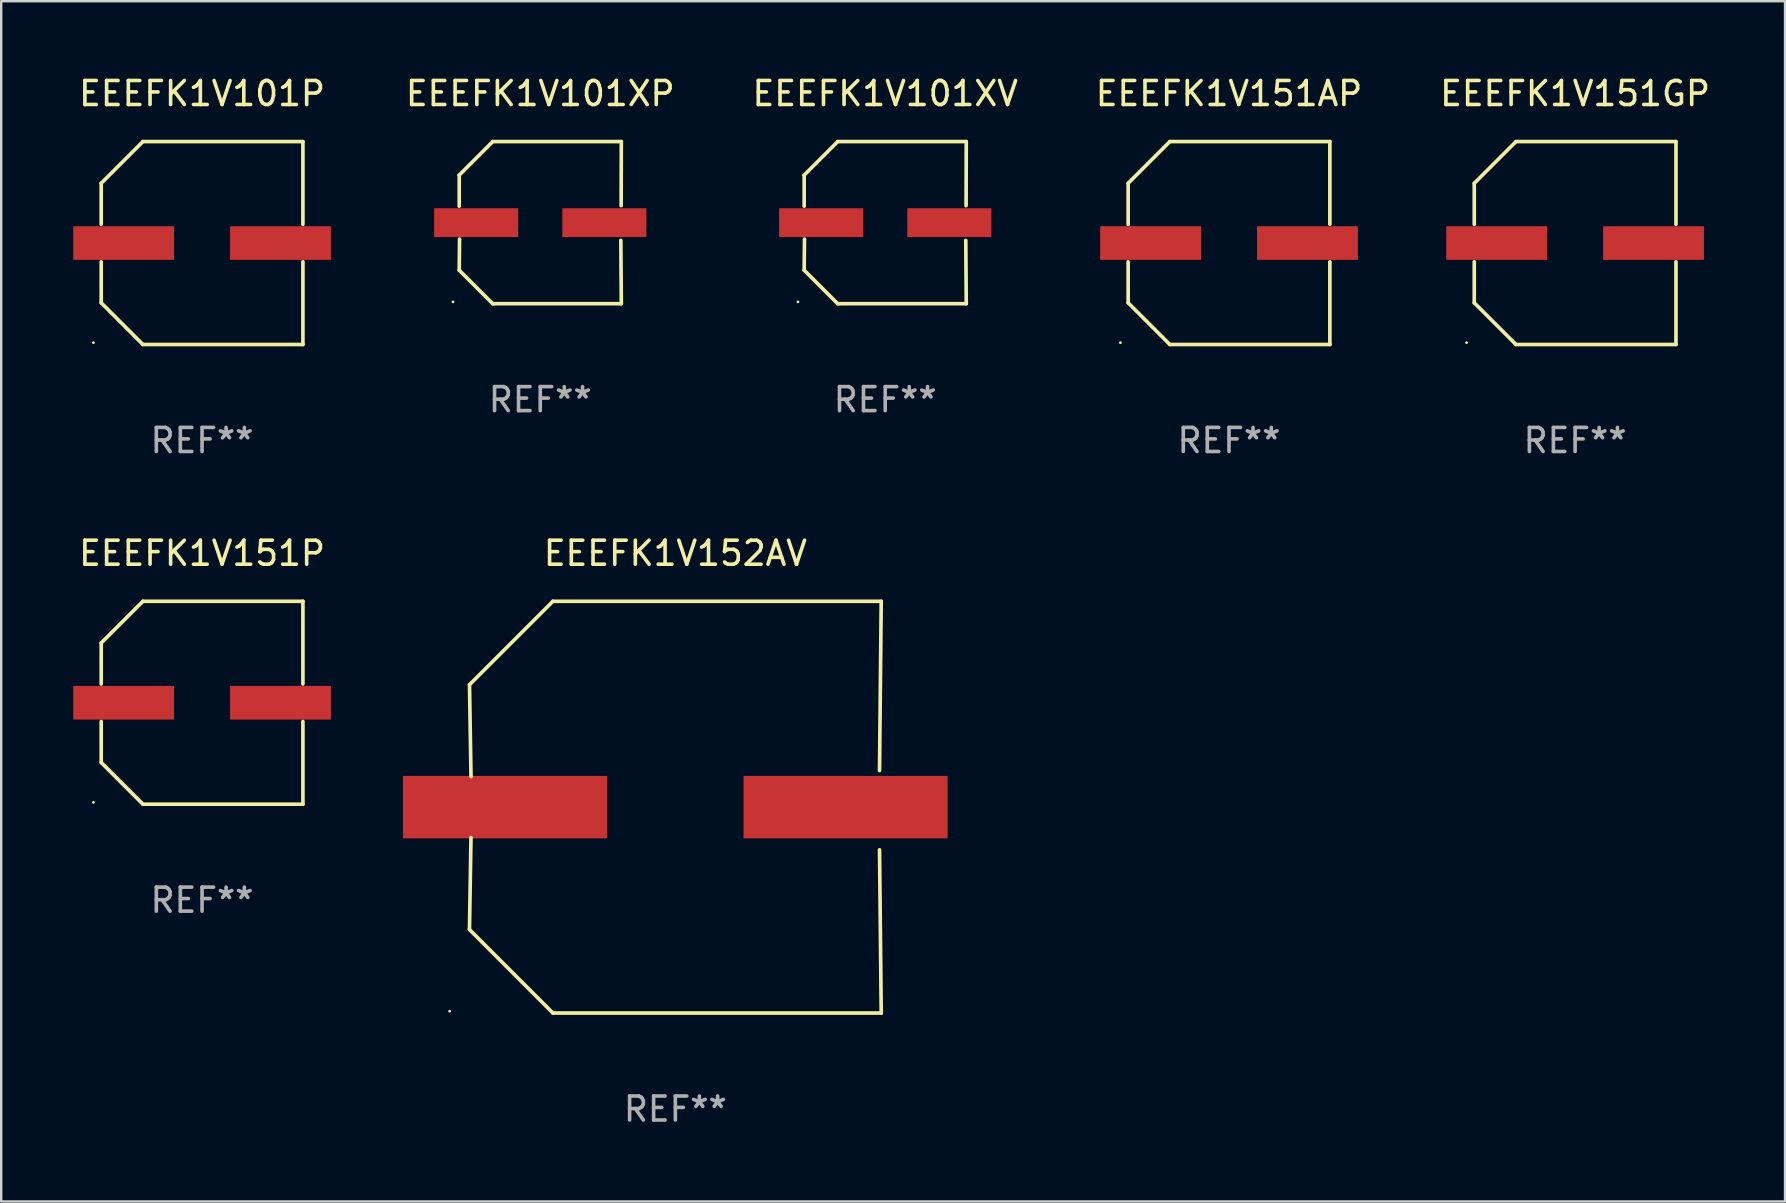
<source format=kicad_pcb>
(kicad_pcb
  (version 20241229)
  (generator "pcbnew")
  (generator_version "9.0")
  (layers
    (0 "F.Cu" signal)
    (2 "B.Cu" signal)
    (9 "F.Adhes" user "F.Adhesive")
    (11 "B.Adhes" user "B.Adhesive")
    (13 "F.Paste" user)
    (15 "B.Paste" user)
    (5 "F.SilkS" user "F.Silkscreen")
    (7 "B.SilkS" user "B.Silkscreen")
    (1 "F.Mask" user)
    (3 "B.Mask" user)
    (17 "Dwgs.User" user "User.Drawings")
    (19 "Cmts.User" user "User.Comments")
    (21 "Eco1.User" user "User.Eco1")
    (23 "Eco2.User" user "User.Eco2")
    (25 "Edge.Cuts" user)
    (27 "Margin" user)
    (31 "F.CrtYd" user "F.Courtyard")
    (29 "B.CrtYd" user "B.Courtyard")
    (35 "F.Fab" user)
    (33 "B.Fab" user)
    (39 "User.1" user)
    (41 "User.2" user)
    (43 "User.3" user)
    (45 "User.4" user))
  (footprint "EEEFK1V101P"
    (layer "F.Cu")
    (at 5.367 7.074)
    (property "Reference" "EEEFK1V101P" (at 0 -6.226 0) (layer "F.SilkS") (effects (font (size 1 1) (thickness 0.15))))
    (attr through_hole)
    (fp_line (start -4.201 -2.49) (end -4.201 -0.782) (stroke (width 0.152) (type solid)) (layer "F.SilkS"))
    (fp_line (start -4.201 2.49) (end -4.201 0.782) (stroke (width 0.152) (type solid)) (layer "F.SilkS"))
    (fp_line (start -2.465 -4.226) (end -4.201 -2.49) (stroke (width 0.152) (type solid)) (layer "F.SilkS"))
    (fp_line (start -2.465 4.226) (end -4.201 2.49) (stroke (width 0.152) (type solid)) (layer "F.SilkS"))
    (fp_line (start 4.201 -4.226) (end -2.465 -4.226) (stroke (width 0.152) (type solid)) (layer "F.SilkS"))
    (fp_line (start 4.201 -0.782) (end 4.201 -4.226) (stroke (width 0.152) (type solid)) (layer "F.SilkS"))
    (fp_line (start 4.201 0.782) (end 4.201 4.226) (stroke (width 0.152) (type solid)) (layer "F.SilkS"))
    (fp_line (start 4.201 4.226) (end -2.465 4.226) (stroke (width 0.152) (type solid)) (layer "F.SilkS"))
    (fp_circle (center -4.524 4.15) (end -4.494 4.15) (stroke (width 0.06) (type solid)) (fill no) (layer "F.SilkS"))
    (fp_text user "REF**" (at 0 8.226 0) (layer "F.Fab") (effects (font (size 1 1) (thickness 0.15))))
    (pad "1" smd rect (at -3.267 0) (size 4.2 1.4) (layers "F.Cu" "F.Mask" "F.Paste"))
    (pad "2" smd rect (at 3.267 0) (size 4.2 1.4) (layers "F.Cu" "F.Mask" "F.Paste")))
  (footprint "EEEFK1V151P"
    (layer "F.Cu")
    (at 5.367 26.223)
    (property "Reference" "EEEFK1V151P" (at 0 -6.226 0) (layer "F.SilkS") (effects (font (size 1 1) (thickness 0.15))))
    (attr through_hole)
    (fp_line (start -4.201 -2.49) (end -4.201 -0.782) (stroke (width 0.152) (type solid)) (layer "F.SilkS"))
    (fp_line (start -4.201 2.49) (end -4.201 0.782) (stroke (width 0.152) (type solid)) (layer "F.SilkS"))
    (fp_line (start -2.465 -4.226) (end -4.201 -2.49) (stroke (width 0.152) (type solid)) (layer "F.SilkS"))
    (fp_line (start -2.465 4.226) (end -4.201 2.49) (stroke (width 0.152) (type solid)) (layer "F.SilkS"))
    (fp_line (start 4.201 -4.226) (end -2.465 -4.226) (stroke (width 0.152) (type solid)) (layer "F.SilkS"))
    (fp_line (start 4.201 -0.782) (end 4.201 -4.226) (stroke (width 0.152) (type solid)) (layer "F.SilkS"))
    (fp_line (start 4.201 0.782) (end 4.201 4.226) (stroke (width 0.152) (type solid)) (layer "F.SilkS"))
    (fp_line (start 4.201 4.226) (end -2.465 4.226) (stroke (width 0.152) (type solid)) (layer "F.SilkS"))
    (fp_circle (center -4.524 4.15) (end -4.494 4.15) (stroke (width 0.06) (type solid)) (fill no) (layer "F.SilkS"))
    (fp_text user "REF**" (at 0 8.226 0) (layer "F.Fab") (effects (font (size 1 1) (thickness 0.15))))
    (pad "1" smd rect (at -3.267 0) (size 4.2 1.4) (layers "F.Cu" "F.Mask" "F.Paste"))
    (pad "2" smd rect (at 3.267 0) (size 4.2 1.4) (layers "F.Cu" "F.Mask" "F.Paste")))
  (footprint "EEEFK1V101XV"
    (layer "F.Cu")
    (at 33.824 6.224)
    (property "Reference" "EEEFK1V101XV" (at 0 -5.376 0) (layer "F.SilkS") (effects (font (size 1 1) (thickness 0.15))))
    (attr through_hole)
    (fp_line (start -3.376 -1.98) (end -3.376 -0.686) (stroke (width 0.152) (type solid)) (layer "F.SilkS"))
    (fp_line (start -3.376 1.981) (end -3.362 0.686) (stroke (width 0.152) (type solid)) (layer "F.SilkS"))
    (fp_line (start -1.981 3.376) (end -3.376 1.981) (stroke (width 0.152) (type solid)) (layer "F.SilkS"))
    (fp_line (start -1.98 -3.376) (end -3.376 -1.98) (stroke (width 0.152) (type solid)) (layer "F.SilkS"))
    (fp_line (start 3.356 0.74) (end 3.376 3.376) (stroke (width 0.152) (type solid)) (layer "F.SilkS"))
    (fp_line (start 3.369 -0.707) (end 3.376 -3.376) (stroke (width 0.152) (type solid)) (layer "F.SilkS"))
    (fp_line (start 3.376 3.376) (end -1.981 3.376) (stroke (width 0.152) (type solid)) (layer "F.SilkS"))
    (fp_line (start 3.376 -3.376) (end -1.98 -3.376) (stroke (width 0.152) (type solid)) (layer "F.SilkS"))
    (fp_circle (center -3.634 3.3) (end -3.604 3.3) (stroke (width 0.06) (type solid)) (fill no) (layer "F.SilkS"))
    (fp_text user "REF**" (at 0 7.376 0) (layer "F.Fab") (effects (font (size 1 1) (thickness 0.15))))
    (pad "1" smd rect (at -2.67 0.000254) (size 3.5 1.2) (layers "F.Cu" "F.Mask" "F.Paste"))
    (pad "2" smd rect (at 2.67 0.000254) (size 3.5 1.2) (layers "F.Cu" "F.Mask" "F.Paste")))
  (footprint "EEEFK1V151GP"
    (layer "F.Cu")
    (at 62.562 7.074)
    (property "Reference" "EEEFK1V151GP" (at 0 -6.226 0) (layer "F.SilkS") (effects (font (size 1 1) (thickness 0.15))))
    (attr through_hole)
    (fp_line (start -4.201 -2.49) (end -4.201 -0.782) (stroke (width 0.152) (type solid)) (layer "F.SilkS"))
    (fp_line (start -4.201 2.49) (end -4.201 0.782) (stroke (width 0.152) (type solid)) (layer "F.SilkS"))
    (fp_line (start -2.465 -4.226) (end -4.201 -2.49) (stroke (width 0.152) (type solid)) (layer "F.SilkS"))
    (fp_line (start -2.465 4.226) (end -4.201 2.49) (stroke (width 0.152) (type solid)) (layer "F.SilkS"))
    (fp_line (start 4.201 -4.226) (end -2.465 -4.226) (stroke (width 0.152) (type solid)) (layer "F.SilkS"))
    (fp_line (start 4.201 -0.782) (end 4.201 -4.226) (stroke (width 0.152) (type solid)) (layer "F.SilkS"))
    (fp_line (start 4.201 0.782) (end 4.201 4.226) (stroke (width 0.152) (type solid)) (layer "F.SilkS"))
    (fp_line (start 4.201 4.226) (end -2.465 4.226) (stroke (width 0.152) (type solid)) (layer "F.SilkS"))
    (fp_circle (center -4.524 4.15) (end -4.494 4.15) (stroke (width 0.06) (type solid)) (fill no) (layer "F.SilkS"))
    (fp_text user "REF**" (at 0 8.226 0) (layer "F.Fab") (effects (font (size 1 1) (thickness 0.15))))
    (pad "1" smd rect (at -3.267 0) (size 4.2 1.4) (layers "F.Cu" "F.Mask" "F.Paste"))
    (pad "2" smd rect (at 3.267 0) (size 4.2 1.4) (layers "F.Cu" "F.Mask" "F.Paste")))
  (footprint "EEEFK1V152AV"
    (layer "F.Cu")
    (at 25.082 30.573)
    (property "Reference" "EEEFK1V152AV" (at 0 -10.576 0) (layer "F.SilkS") (effects (font (size 1 1) (thickness 0.15))))
    (attr through_hole)
    (fp_line (start -8.576 5.099) (end -8.513 1.269) (stroke (width 0.152) (type solid)) (layer "F.SilkS"))
    (fp_line (start -8.575 -5.101) (end -8.512 -1.271) (stroke (width 0.152) (type solid)) (layer "F.SilkS"))
    (fp_line (start -5.1 -8.576) (end -8.575 -5.101) (stroke (width 0.152) (type solid)) (layer "F.SilkS"))
    (fp_line (start -5.1 8.576) (end -8.576 5.099) (stroke (width 0.152) (type solid)) (layer "F.SilkS"))
    (fp_line (start 8.505 -1.525) (end 8.575 -8.576) (stroke (width 0.152) (type solid)) (layer "F.SilkS"))
    (fp_line (start 8.505 1.777) (end 8.576 8.576) (stroke (width 0.152) (type solid)) (layer "F.SilkS"))
    (fp_line (start 8.575 -8.576) (end -5.1 -8.576) (stroke (width 0.152) (type solid)) (layer "F.SilkS"))
    (fp_line (start 8.576 8.576) (end -5.1 8.576) (stroke (width 0.152) (type solid)) (layer "F.SilkS"))
    (fp_circle (center -9.402 8.499) (end -9.372 8.499) (stroke (width 0.06) (type solid)) (fill no) (layer "F.SilkS"))
    (fp_text user "REF**" (at 0 12.576 0) (layer "F.Fab") (effects (font (size 1 1) (thickness 0.15))))
    (pad "1" smd rect (at -7.097 -0.001) (size 8.5 2.6) (layers "F.Cu" "F.Mask" "F.Paste"))
    (pad "2" smd rect (at 7.09 -0.001) (size 8.5 2.6) (layers "F.Cu" "F.Mask" "F.Paste")))
  (footprint "EEEFK1V101XP"
    (layer "F.Cu")
    (at 19.455 6.224)
    (property "Reference" "EEEFK1V101XP" (at 0 -5.376 0) (layer "F.SilkS") (effects (font (size 1 1) (thickness 0.15))))
    (attr through_hole)
    (fp_line (start -3.376 -1.98) (end -3.376 -0.686) (stroke (width 0.152) (type solid)) (layer "F.SilkS"))
    (fp_line (start -3.376 1.981) (end -3.362 0.686) (stroke (width 0.152) (type solid)) (layer "F.SilkS"))
    (fp_line (start -1.981 3.376) (end -3.376 1.981) (stroke (width 0.152) (type solid)) (layer "F.SilkS"))
    (fp_line (start -1.98 -3.376) (end -3.376 -1.98) (stroke (width 0.152) (type solid)) (layer "F.SilkS"))
    (fp_line (start 3.356 0.74) (end 3.376 3.376) (stroke (width 0.152) (type solid)) (layer "F.SilkS"))
    (fp_line (start 3.369 -0.707) (end 3.376 -3.376) (stroke (width 0.152) (type solid)) (layer "F.SilkS"))
    (fp_line (start 3.376 3.376) (end -1.981 3.376) (stroke (width 0.152) (type solid)) (layer "F.SilkS"))
    (fp_line (start 3.376 -3.376) (end -1.98 -3.376) (stroke (width 0.152) (type solid)) (layer "F.SilkS"))
    (fp_circle (center -3.634 3.3) (end -3.604 3.3) (stroke (width 0.06) (type solid)) (fill no) (layer "F.SilkS"))
    (fp_text user "REF**" (at 0 7.376 0) (layer "F.Fab") (effects (font (size 1 1) (thickness 0.15))))
    (pad "1" smd rect (at -2.67 0.000254) (size 3.5 1.2) (layers "F.Cu" "F.Mask" "F.Paste"))
    (pad "2" smd rect (at 2.67 0.000254) (size 3.5 1.2) (layers "F.Cu" "F.Mask" "F.Paste")))
  (footprint "EEEFK1V151AP"
    (layer "F.Cu")
    (at 48.145 7.074)
    (property "Reference" "EEEFK1V151AP" (at 0 -6.226 0) (layer "F.SilkS") (effects (font (size 1 1) (thickness 0.15))))
    (attr through_hole)
    (fp_line (start -4.201 -2.49) (end -4.201 -0.782) (stroke (width 0.152) (type solid)) (layer "F.SilkS"))
    (fp_line (start -4.201 2.49) (end -4.201 0.782) (stroke (width 0.152) (type solid)) (layer "F.SilkS"))
    (fp_line (start -2.465 -4.226) (end -4.201 -2.49) (stroke (width 0.152) (type solid)) (layer "F.SilkS"))
    (fp_line (start -2.465 4.226) (end -4.201 2.49) (stroke (width 0.152) (type solid)) (layer "F.SilkS"))
    (fp_line (start 4.201 -4.226) (end -2.465 -4.226) (stroke (width 0.152) (type solid)) (layer "F.SilkS"))
    (fp_line (start 4.201 -0.782) (end 4.201 -4.226) (stroke (width 0.152) (type solid)) (layer "F.SilkS"))
    (fp_line (start 4.201 0.782) (end 4.201 4.226) (stroke (width 0.152) (type solid)) (layer "F.SilkS"))
    (fp_line (start 4.201 4.226) (end -2.465 4.226) (stroke (width 0.152) (type solid)) (layer "F.SilkS"))
    (fp_circle (center -4.524 4.15) (end -4.494 4.15) (stroke (width 0.06) (type solid)) (fill no) (layer "F.SilkS"))
    (fp_text user "REF**" (at 0 8.226 0) (layer "F.Fab") (effects (font (size 1 1) (thickness 0.15))))
    (pad "1" smd rect (at -3.267 0) (size 4.2 1.4) (layers "F.Cu" "F.Mask" "F.Paste"))
    (pad "2" smd rect (at 3.267 0) (size 4.2 1.4) (layers "F.Cu" "F.Mask" "F.Paste")))
  (gr_rect
    (start -3 -3)
    (end 71.306 46.997)
    (stroke (width 0.1) (type default))
    (fill no)
    (layer "Edge.Cuts")))
</source>
